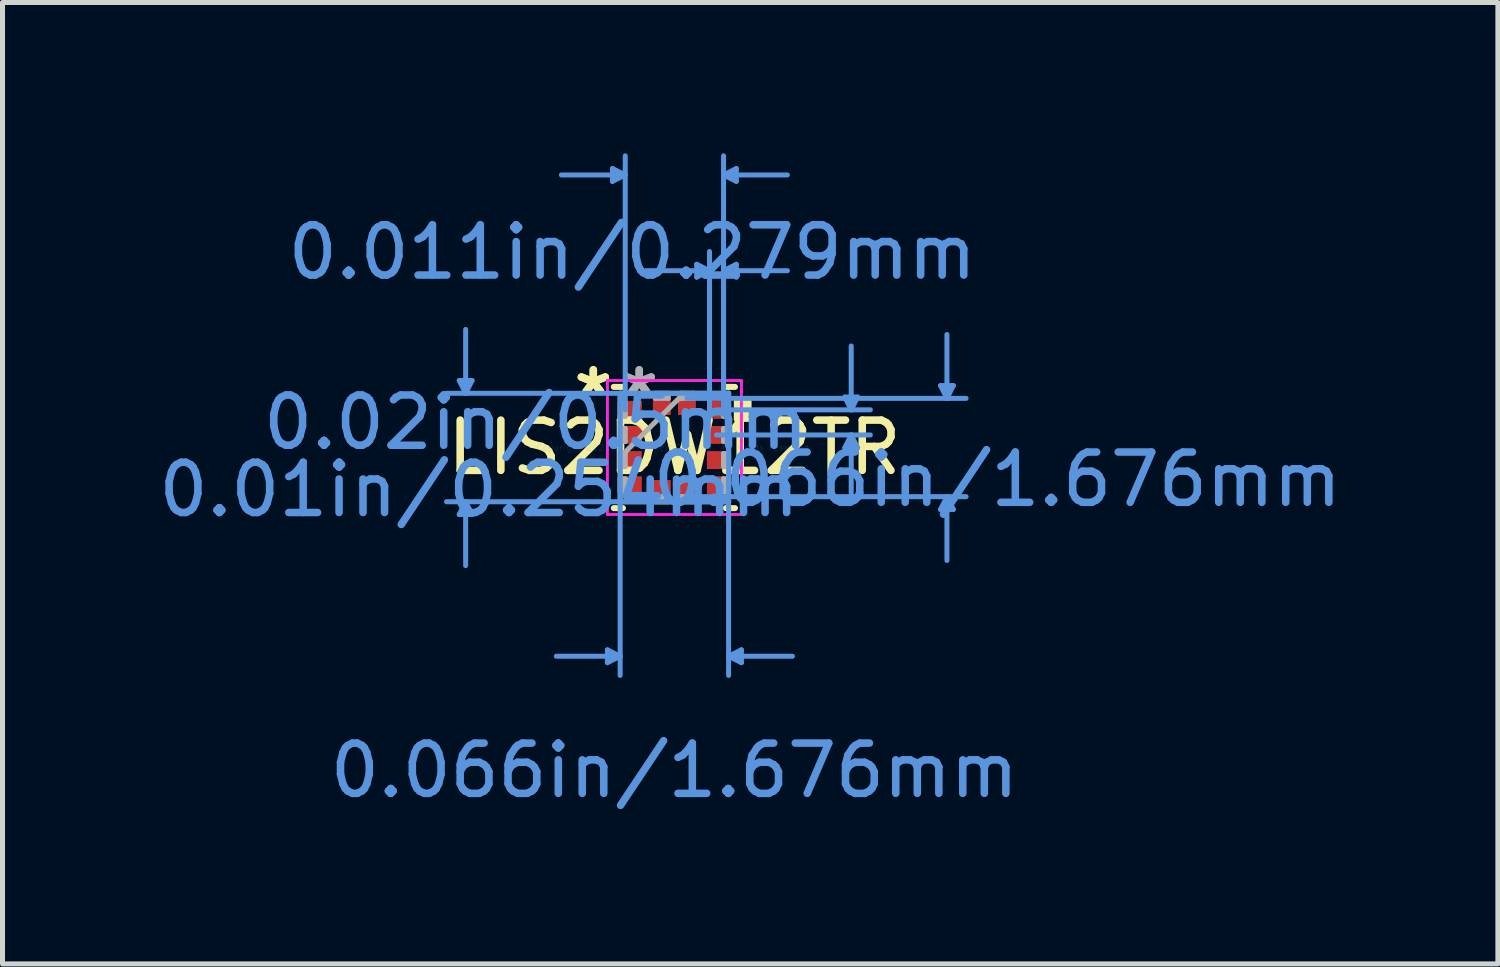
<source format=kicad_pcb>
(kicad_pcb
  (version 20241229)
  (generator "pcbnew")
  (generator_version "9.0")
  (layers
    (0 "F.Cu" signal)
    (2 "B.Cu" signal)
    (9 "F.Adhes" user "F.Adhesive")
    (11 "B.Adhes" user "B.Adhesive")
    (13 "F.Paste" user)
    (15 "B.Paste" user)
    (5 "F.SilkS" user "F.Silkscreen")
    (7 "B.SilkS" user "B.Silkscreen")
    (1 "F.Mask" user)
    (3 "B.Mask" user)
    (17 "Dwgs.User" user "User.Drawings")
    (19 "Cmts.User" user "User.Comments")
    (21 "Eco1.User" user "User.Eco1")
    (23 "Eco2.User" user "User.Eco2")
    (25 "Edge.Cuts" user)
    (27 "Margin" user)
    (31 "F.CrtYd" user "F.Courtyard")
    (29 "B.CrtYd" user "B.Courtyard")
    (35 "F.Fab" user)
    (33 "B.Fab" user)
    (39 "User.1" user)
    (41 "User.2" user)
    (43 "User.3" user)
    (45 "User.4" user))
  (footprint "LIS2DW12TR"
    (layer "F.Cu")
    (at 10.368 5.854)
    (property "Reference" "LIS2DW12TR" (at 0 0 0) (layer "F.SilkS") (effects (font (size 1 1) (thickness 0.15))))
    (attr through_hole)
    (fp_line (start -1.206 1.206) (end -1.024 1.206) (stroke (width 0.12) (type solid)) (layer "F.SilkS"))
    (fp_line (start -1.024 -1.206) (end -1.206 -1.206) (stroke (width 0.12) (type solid)) (layer "F.SilkS"))
    (fp_line (start 1.024 1.206) (end 1.206 1.206) (stroke (width 0.12) (type solid)) (layer "F.SilkS"))
    (fp_line (start 1.206 -1.206) (end 1.024 -1.206) (stroke (width 0.12) (type solid)) (layer "F.SilkS"))
    (fp_poly (pts (xy 1.486 -0.941) (xy 1.486 -0.56) (xy 1.232 -0.56) (xy 1.232 -0.941)) (stroke (width 0.1) (type solid)) (fill yes) (layer "F.SilkS"))
    (fp_line (start -4.28 -1.333) (end -4.026 -1.333) (stroke (width 0.1) (type solid)) (layer "Cmts.User"))
    (fp_line (start -4.28 1.333) (end -4.026 1.333) (stroke (width 0.1) (type solid)) (layer "Cmts.User"))
    (fp_line (start -4.153 -1.079) (end -4.28 -1.333) (stroke (width 0.1) (type solid)) (layer "Cmts.User"))
    (fp_line (start -4.153 -1.079) (end -4.153 -2.349) (stroke (width 0.1) (type solid)) (layer "Cmts.User"))
    (fp_line (start -4.153 -1.079) (end -4.026 -1.333) (stroke (width 0.1) (type solid)) (layer "Cmts.User"))
    (fp_line (start -4.153 1.079) (end -4.28 1.333) (stroke (width 0.1) (type solid)) (layer "Cmts.User"))
    (fp_line (start -4.153 1.079) (end -4.153 2.349) (stroke (width 0.1) (type solid)) (layer "Cmts.User"))
    (fp_line (start -4.153 1.079) (end -4.026 1.333) (stroke (width 0.1) (type solid)) (layer "Cmts.User"))
    (fp_line (start -1.333 4.026) (end -1.333 4.28) (stroke (width 0.1) (type solid)) (layer "Cmts.User"))
    (fp_line (start -1.232 -5.55) (end -1.232 -5.296) (stroke (width 0.1) (type solid)) (layer "Cmts.User"))
    (fp_line (start -1.079 -1.079) (end -1.079 4.534) (stroke (width 0.1) (type solid)) (layer "Cmts.User"))
    (fp_line (start -1.079 4.153) (end -2.349 4.153) (stroke (width 0.1) (type solid)) (layer "Cmts.User"))
    (fp_line (start -1.079 4.153) (end -1.333 4.026) (stroke (width 0.1) (type solid)) (layer "Cmts.User"))
    (fp_line (start -1.079 4.153) (end -1.333 4.28) (stroke (width 0.1) (type solid)) (layer "Cmts.User"))
    (fp_line (start -0.978 -5.423) (end -2.248 -5.423) (stroke (width 0.1) (type solid)) (layer "Cmts.User"))
    (fp_line (start -0.978 -5.423) (end -1.232 -5.55) (stroke (width 0.1) (type solid)) (layer "Cmts.User"))
    (fp_line (start -0.978 -5.423) (end -1.232 -5.296) (stroke (width 0.1) (type solid)) (layer "Cmts.User"))
    (fp_line (start -0.978 -0.75) (end -0.978 -5.804) (stroke (width 0.1) (type solid)) (layer "Cmts.User"))
    (fp_line (start 0.25 -0.978) (end 5.804 -0.978) (stroke (width 0.1) (type solid)) (layer "Cmts.User"))
    (fp_line (start 0.25 0.978) (end 5.804 0.978) (stroke (width 0.1) (type solid)) (layer "Cmts.User"))
    (fp_line (start 0.445 -3.645) (end 0.445 -3.391) (stroke (width 0.1) (type solid)) (layer "Cmts.User"))
    (fp_line (start 0.699 -3.518) (end -0.572 -3.518) (stroke (width 0.1) (type solid)) (layer "Cmts.User"))
    (fp_line (start 0.699 -3.518) (end 0.445 -3.645) (stroke (width 0.1) (type solid)) (layer "Cmts.User"))
    (fp_line (start 0.699 -3.518) (end 0.445 -3.391) (stroke (width 0.1) (type solid)) (layer "Cmts.User"))
    (fp_line (start 0.699 -0.75) (end 0.699 -3.899) (stroke (width 0.1) (type solid)) (layer "Cmts.User"))
    (fp_line (start 0.838 -0.75) (end 3.899 -0.75) (stroke (width 0.1) (type solid)) (layer "Cmts.User"))
    (fp_line (start 0.838 -0.25) (end 3.899 -0.25) (stroke (width 0.1) (type solid)) (layer "Cmts.User"))
    (fp_line (start 0.978 -5.423) (end 1.232 -5.55) (stroke (width 0.1) (type solid)) (layer "Cmts.User"))
    (fp_line (start 0.978 -5.423) (end 1.232 -5.296) (stroke (width 0.1) (type solid)) (layer "Cmts.User"))
    (fp_line (start 0.978 -5.423) (end 2.248 -5.423) (stroke (width 0.1) (type solid)) (layer "Cmts.User"))
    (fp_line (start 0.978 -3.518) (end 1.232 -3.645) (stroke (width 0.1) (type solid)) (layer "Cmts.User"))
    (fp_line (start 0.978 -3.518) (end 1.232 -3.391) (stroke (width 0.1) (type solid)) (layer "Cmts.User"))
    (fp_line (start 0.978 -3.518) (end 2.248 -3.518) (stroke (width 0.1) (type solid)) (layer "Cmts.User"))
    (fp_line (start 0.978 -0.75) (end 0.978 -5.804) (stroke (width 0.1) (type solid)) (layer "Cmts.User"))
    (fp_line (start 0.978 -0.75) (end 0.978 -3.899) (stroke (width 0.1) (type solid)) (layer "Cmts.User"))
    (fp_line (start 1.079 -1.079) (end -4.534 -1.079) (stroke (width 0.1) (type solid)) (layer "Cmts.User"))
    (fp_line (start 1.079 -1.079) (end 1.079 4.534) (stroke (width 0.1) (type solid)) (layer "Cmts.User"))
    (fp_line (start 1.079 1.079) (end -4.534 1.079) (stroke (width 0.1) (type solid)) (layer "Cmts.User"))
    (fp_line (start 1.079 4.153) (end 1.333 4.026) (stroke (width 0.1) (type solid)) (layer "Cmts.User"))
    (fp_line (start 1.079 4.153) (end 1.333 4.28) (stroke (width 0.1) (type solid)) (layer "Cmts.User"))
    (fp_line (start 1.079 4.153) (end 2.349 4.153) (stroke (width 0.1) (type solid)) (layer "Cmts.User"))
    (fp_line (start 1.232 -5.55) (end 1.232 -5.296) (stroke (width 0.1) (type solid)) (layer "Cmts.User"))
    (fp_line (start 1.232 -3.645) (end 1.232 -3.391) (stroke (width 0.1) (type solid)) (layer "Cmts.User"))
    (fp_line (start 1.333 4.026) (end 1.333 4.28) (stroke (width 0.1) (type solid)) (layer "Cmts.User"))
    (fp_line (start 3.391 -1.004) (end 3.645 -1.004) (stroke (width 0.1) (type solid)) (layer "Cmts.User"))
    (fp_line (start 3.391 0.004) (end 3.645 0.004) (stroke (width 0.1) (type solid)) (layer "Cmts.User"))
    (fp_line (start 3.518 -0.75) (end 3.391 -1.004) (stroke (width 0.1) (type solid)) (layer "Cmts.User"))
    (fp_line (start 3.518 -0.75) (end 3.518 -2.02) (stroke (width 0.1) (type solid)) (layer "Cmts.User"))
    (fp_line (start 3.518 -0.75) (end 3.645 -1.004) (stroke (width 0.1) (type solid)) (layer "Cmts.User"))
    (fp_line (start 3.518 -0.25) (end 3.391 0.004) (stroke (width 0.1) (type solid)) (layer "Cmts.User"))
    (fp_line (start 3.518 -0.25) (end 3.518 1.02) (stroke (width 0.1) (type solid)) (layer "Cmts.User"))
    (fp_line (start 3.518 -0.25) (end 3.645 0.004) (stroke (width 0.1) (type solid)) (layer "Cmts.User"))
    (fp_line (start 5.296 -1.232) (end 5.55 -1.232) (stroke (width 0.1) (type solid)) (layer "Cmts.User"))
    (fp_line (start 5.296 1.232) (end 5.55 1.232) (stroke (width 0.1) (type solid)) (layer "Cmts.User"))
    (fp_line (start 5.423 -0.978) (end 5.296 -1.232) (stroke (width 0.1) (type solid)) (layer "Cmts.User"))
    (fp_line (start 5.423 -0.978) (end 5.423 -2.248) (stroke (width 0.1) (type solid)) (layer "Cmts.User"))
    (fp_line (start 5.423 -0.978) (end 5.55 -1.232) (stroke (width 0.1) (type solid)) (layer "Cmts.User"))
    (fp_line (start 5.423 0.978) (end 5.296 1.232) (stroke (width 0.1) (type solid)) (layer "Cmts.User"))
    (fp_line (start 5.423 0.978) (end 5.423 2.248) (stroke (width 0.1) (type solid)) (layer "Cmts.User"))
    (fp_line (start 5.423 0.978) (end 5.55 1.232) (stroke (width 0.1) (type solid)) (layer "Cmts.User"))
    (fp_line (start -1.333 -1.333) (end -0.631 -1.333) (stroke (width 0.05) (type solid)) (layer "F.CrtYd"))
    (fp_line (start -1.333 -1.333) (end -0.631 -1.333) (stroke (width 0.05) (type solid)) (layer "F.CrtYd"))
    (fp_line (start -1.333 -1.131) (end -1.333 -1.333) (stroke (width 0.05) (type solid)) (layer "F.CrtYd"))
    (fp_line (start -1.333 -1.131) (end -1.333 -1.333) (stroke (width 0.05) (type solid)) (layer "F.CrtYd"))
    (fp_line (start -1.333 -1.131) (end -1.333 -1.131) (stroke (width 0.05) (type solid)) (layer "F.CrtYd"))
    (fp_line (start -1.333 -1.131) (end -1.333 -1.131) (stroke (width 0.05) (type solid)) (layer "F.CrtYd"))
    (fp_line (start -1.333 1.131) (end -1.333 -1.131) (stroke (width 0.05) (type solid)) (layer "F.CrtYd"))
    (fp_line (start -1.333 1.131) (end -1.333 -1.131) (stroke (width 0.05) (type solid)) (layer "F.CrtYd"))
    (fp_line (start -1.333 1.131) (end -1.333 1.131) (stroke (width 0.05) (type solid)) (layer "F.CrtYd"))
    (fp_line (start -1.333 1.131) (end -1.333 1.131) (stroke (width 0.05) (type solid)) (layer "F.CrtYd"))
    (fp_line (start -1.333 1.333) (end -1.333 1.131) (stroke (width 0.05) (type solid)) (layer "F.CrtYd"))
    (fp_line (start -1.333 1.333) (end -1.333 1.131) (stroke (width 0.05) (type solid)) (layer "F.CrtYd"))
    (fp_line (start -0.631 -1.333) (end -0.631 -1.333) (stroke (width 0.05) (type solid)) (layer "F.CrtYd"))
    (fp_line (start -0.631 -1.333) (end -0.631 -1.333) (stroke (width 0.05) (type solid)) (layer "F.CrtYd"))
    (fp_line (start -0.631 -1.333) (end 0.631 -1.333) (stroke (width 0.05) (type solid)) (layer "F.CrtYd"))
    (fp_line (start -0.631 -1.333) (end 0.631 -1.333) (stroke (width 0.05) (type solid)) (layer "F.CrtYd"))
    (fp_line (start -0.631 1.333) (end -1.333 1.333) (stroke (width 0.05) (type solid)) (layer "F.CrtYd"))
    (fp_line (start -0.631 1.333) (end -1.333 1.333) (stroke (width 0.05) (type solid)) (layer "F.CrtYd"))
    (fp_line (start -0.631 1.333) (end -0.631 1.333) (stroke (width 0.05) (type solid)) (layer "F.CrtYd"))
    (fp_line (start -0.631 1.333) (end -0.631 1.333) (stroke (width 0.05) (type solid)) (layer "F.CrtYd"))
    (fp_line (start 0.631 -1.333) (end 0.631 -1.333) (stroke (width 0.05) (type solid)) (layer "F.CrtYd"))
    (fp_line (start 0.631 -1.333) (end 0.631 -1.333) (stroke (width 0.05) (type solid)) (layer "F.CrtYd"))
    (fp_line (start 0.631 -1.333) (end 1.333 -1.333) (stroke (width 0.05) (type solid)) (layer "F.CrtYd"))
    (fp_line (start 0.631 -1.333) (end 1.333 -1.333) (stroke (width 0.05) (type solid)) (layer "F.CrtYd"))
    (fp_line (start 0.631 1.333) (end -0.631 1.333) (stroke (width 0.05) (type solid)) (layer "F.CrtYd"))
    (fp_line (start 0.631 1.333) (end -0.631 1.333) (stroke (width 0.05) (type solid)) (layer "F.CrtYd"))
    (fp_line (start 0.631 1.333) (end 0.631 1.333) (stroke (width 0.05) (type solid)) (layer "F.CrtYd"))
    (fp_line (start 0.631 1.333) (end 0.631 1.333) (stroke (width 0.05) (type solid)) (layer "F.CrtYd"))
    (fp_line (start 1.333 -1.333) (end 1.333 -1.131) (stroke (width 0.05) (type solid)) (layer "F.CrtYd"))
    (fp_line (start 1.333 -1.333) (end 1.333 -1.131) (stroke (width 0.05) (type solid)) (layer "F.CrtYd"))
    (fp_line (start 1.333 -1.131) (end 1.333 -1.131) (stroke (width 0.05) (type solid)) (layer "F.CrtYd"))
    (fp_line (start 1.333 -1.131) (end 1.333 -1.131) (stroke (width 0.05) (type solid)) (layer "F.CrtYd"))
    (fp_line (start 1.333 -1.131) (end 1.333 1.131) (stroke (width 0.05) (type solid)) (layer "F.CrtYd"))
    (fp_line (start 1.333 -1.131) (end 1.333 1.131) (stroke (width 0.05) (type solid)) (layer "F.CrtYd"))
    (fp_line (start 1.333 1.131) (end 1.333 1.131) (stroke (width 0.05) (type solid)) (layer "F.CrtYd"))
    (fp_line (start 1.333 1.131) (end 1.333 1.131) (stroke (width 0.05) (type solid)) (layer "F.CrtYd"))
    (fp_line (start 1.333 1.131) (end 1.333 1.333) (stroke (width 0.05) (type solid)) (layer "F.CrtYd"))
    (fp_line (start 1.333 1.131) (end 1.333 1.333) (stroke (width 0.05) (type solid)) (layer "F.CrtYd"))
    (fp_line (start 1.333 1.333) (end 0.631 1.333) (stroke (width 0.05) (type solid)) (layer "F.CrtYd"))
    (fp_line (start 1.333 1.333) (end 0.631 1.333) (stroke (width 0.05) (type solid)) (layer "F.CrtYd"))
    (fp_line (start -1.079 -1.079) (end -1.079 -1.079) (stroke (width 0.1) (type solid)) (layer "F.Fab"))
    (fp_line (start -1.079 -1.079) (end -1.079 1.079) (stroke (width 0.1) (type solid)) (layer "F.Fab"))
    (fp_line (start -1.079 -0.877) (end -0.978 -0.877) (stroke (width 0.1) (type solid)) (layer "F.Fab"))
    (fp_line (start -1.079 -0.623) (end -1.079 -0.877) (stroke (width 0.1) (type solid)) (layer "F.Fab"))
    (fp_line (start -1.079 -0.377) (end -0.978 -0.377) (stroke (width 0.1) (type solid)) (layer "F.Fab"))
    (fp_line (start -1.079 -0.123) (end -1.079 -0.377) (stroke (width 0.1) (type solid)) (layer "F.Fab"))
    (fp_line (start -1.079 0.123) (end -0.978 0.123) (stroke (width 0.1) (type solid)) (layer "F.Fab"))
    (fp_line (start -1.079 0.191) (end 0.191 -1.079) (stroke (width 0.1) (type solid)) (layer "F.Fab"))
    (fp_line (start -1.079 0.377) (end -1.079 0.123) (stroke (width 0.1) (type solid)) (layer "F.Fab"))
    (fp_line (start -1.079 0.623) (end -0.978 0.623) (stroke (width 0.1) (type solid)) (layer "F.Fab"))
    (fp_line (start -1.079 0.877) (end -1.079 0.623) (stroke (width 0.1) (type solid)) (layer "F.Fab"))
    (fp_line (start -1.079 1.079) (end -1.079 1.079) (stroke (width 0.1) (type solid)) (layer "F.Fab"))
    (fp_line (start -1.079 1.079) (end 1.079 1.079) (stroke (width 0.1) (type solid)) (layer "F.Fab"))
    (fp_line (start -0.978 -0.877) (end -0.978 -0.623) (stroke (width 0.1) (type solid)) (layer "F.Fab"))
    (fp_line (start -0.978 -0.623) (end -1.079 -0.623) (stroke (width 0.1) (type solid)) (layer "F.Fab"))
    (fp_line (start -0.978 -0.377) (end -0.978 -0.123) (stroke (width 0.1) (type solid)) (layer "F.Fab"))
    (fp_line (start -0.978 -0.123) (end -1.079 -0.123) (stroke (width 0.1) (type solid)) (layer "F.Fab"))
    (fp_line (start -0.978 0.123) (end -0.978 0.377) (stroke (width 0.1) (type solid)) (layer "F.Fab"))
    (fp_line (start -0.978 0.377) (end -1.079 0.377) (stroke (width 0.1) (type solid)) (layer "F.Fab"))
    (fp_line (start -0.978 0.623) (end -0.978 0.877) (stroke (width 0.1) (type solid)) (layer "F.Fab"))
    (fp_line (start -0.978 0.877) (end -1.079 0.877) (stroke (width 0.1) (type solid)) (layer "F.Fab"))
    (fp_line (start -0.377 -1.079) (end -0.123 -1.079) (stroke (width 0.1) (type solid)) (layer "F.Fab"))
    (fp_line (start -0.377 -0.978) (end -0.377 -1.079) (stroke (width 0.1) (type solid)) (layer "F.Fab"))
    (fp_line (start -0.377 0.978) (end -0.123 0.978) (stroke (width 0.1) (type solid)) (layer "F.Fab"))
    (fp_line (start -0.377 1.079) (end -0.377 0.978) (stroke (width 0.1) (type solid)) (layer "F.Fab"))
    (fp_line (start -0.123 -1.079) (end -0.123 -0.978) (stroke (width 0.1) (type solid)) (layer "F.Fab"))
    (fp_line (start -0.123 -0.978) (end -0.377 -0.978) (stroke (width 0.1) (type solid)) (layer "F.Fab"))
    (fp_line (start -0.123 0.978) (end -0.123 1.079) (stroke (width 0.1) (type solid)) (layer "F.Fab"))
    (fp_line (start -0.123 1.079) (end -0.377 1.079) (stroke (width 0.1) (type solid)) (layer "F.Fab"))
    (fp_line (start 0.123 -1.079) (end 0.377 -1.079) (stroke (width 0.1) (type solid)) (layer "F.Fab"))
    (fp_line (start 0.123 -0.978) (end 0.123 -1.079) (stroke (width 0.1) (type solid)) (layer "F.Fab"))
    (fp_line (start 0.123 0.978) (end 0.377 0.978) (stroke (width 0.1) (type solid)) (layer "F.Fab"))
    (fp_line (start 0.123 1.079) (end 0.123 0.978) (stroke (width 0.1) (type solid)) (layer "F.Fab"))
    (fp_line (start 0.377 -1.079) (end 0.377 -0.978) (stroke (width 0.1) (type solid)) (layer "F.Fab"))
    (fp_line (start 0.377 -0.978) (end 0.123 -0.978) (stroke (width 0.1) (type solid)) (layer "F.Fab"))
    (fp_line (start 0.377 0.978) (end 0.377 1.079) (stroke (width 0.1) (type solid)) (layer "F.Fab"))
    (fp_line (start 0.377 1.079) (end 0.123 1.079) (stroke (width 0.1) (type solid)) (layer "F.Fab"))
    (fp_line (start 0.978 -0.877) (end 1.079 -0.877) (stroke (width 0.1) (type solid)) (layer "F.Fab"))
    (fp_line (start 0.978 -0.623) (end 0.978 -0.877) (stroke (width 0.1) (type solid)) (layer "F.Fab"))
    (fp_line (start 0.978 -0.377) (end 1.079 -0.377) (stroke (width 0.1) (type solid)) (layer "F.Fab"))
    (fp_line (start 0.978 -0.123) (end 0.978 -0.377) (stroke (width 0.1) (type solid)) (layer "F.Fab"))
    (fp_line (start 0.978 0.123) (end 1.079 0.123) (stroke (width 0.1) (type solid)) (layer "F.Fab"))
    (fp_line (start 0.978 0.377) (end 0.978 0.123) (stroke (width 0.1) (type solid)) (layer "F.Fab"))
    (fp_line (start 0.978 0.623) (end 1.079 0.623) (stroke (width 0.1) (type solid)) (layer "F.Fab"))
    (fp_line (start 0.978 0.877) (end 0.978 0.623) (stroke (width 0.1) (type solid)) (layer "F.Fab"))
    (fp_line (start 1.079 -1.079) (end -1.079 -1.079) (stroke (width 0.1) (type solid)) (layer "F.Fab"))
    (fp_line (start 1.079 -1.079) (end 1.079 -1.079) (stroke (width 0.1) (type solid)) (layer "F.Fab"))
    (fp_line (start 1.079 -0.877) (end 1.079 -0.623) (stroke (width 0.1) (type solid)) (layer "F.Fab"))
    (fp_line (start 1.079 -0.623) (end 0.978 -0.623) (stroke (width 0.1) (type solid)) (layer "F.Fab"))
    (fp_line (start 1.079 -0.377) (end 1.079 -0.123) (stroke (width 0.1) (type solid)) (layer "F.Fab"))
    (fp_line (start 1.079 -0.123) (end 0.978 -0.123) (stroke (width 0.1) (type solid)) (layer "F.Fab"))
    (fp_line (start 1.079 0.123) (end 1.079 0.377) (stroke (width 0.1) (type solid)) (layer "F.Fab"))
    (fp_line (start 1.079 0.377) (end 0.978 0.377) (stroke (width 0.1) (type solid)) (layer "F.Fab"))
    (fp_line (start 1.079 0.623) (end 1.079 0.877) (stroke (width 0.1) (type solid)) (layer "F.Fab"))
    (fp_line (start 1.079 0.877) (end 0.978 0.877) (stroke (width 0.1) (type solid)) (layer "F.Fab"))
    (fp_line (start 1.079 1.079) (end 1.079 -1.079) (stroke (width 0.1) (type solid)) (layer "F.Fab"))
    (fp_line (start 1.079 1.079) (end 1.079 1.079) (stroke (width 0.1) (type solid)) (layer "F.Fab"))
    (fp_text user "*" (at -1.613 -1 0) (layer "F.SilkS") (effects (font (size 1 1) (thickness 0.15))))
    (fp_text user "*" (at -1.613 -1 0) (layer "F.SilkS") (effects (font (size 1 1) (thickness 0.15))))
    (fp_text user "0.011in/0.279mm" (at -0.838 -3.886 0) (layer "Cmts.User") (effects (font (size 1 1) (thickness 0.15))))
    (fp_text user "0.01in/0.254mm" (at -3.886 0.838 0) (layer "Cmts.User") (effects (font (size 1 1) (thickness 0.15))))
    (fp_text user "0.02in/0.5mm" (at -2.756 -0.5 0) (layer "Cmts.User") (effects (font (size 1 1) (thickness 0.15))))
    (fp_text user "Copyright 2021 Accelerated Designs. All rights reserved." (at 0 0 0) (layer "Cmts.User") (effects (font (size 0.127 0.127) (thickness 0.002))))
    (fp_text user "0.066in/1.676mm" (at 6.426 0.635 0) (layer "Cmts.User") (effects (font (size 1 1) (thickness 0.15))))
    (fp_text user "0.066in/1.676mm" (at 0 6.426 0) (layer "Cmts.User") (effects (font (size 1 1) (thickness 0.15))))
    (fp_text user "*" (at -0.699 -1 0) (layer "F.Fab") (effects (font (size 1 1) (thickness 0.15))))
    (fp_text user "*" (at -0.699 -1 0) (layer "F.Fab") (effects (font (size 1 1) (thickness 0.15))))
    (pad "1" smd rect (at -0.838 -0.75 90) (size 0.356 0.381) (layers "F.Cu" "F.Mask" "F.Paste"))
    (pad "2" smd rect (at -0.838 -0.25 90) (size 0.356 0.381) (layers "F.Cu" "F.Mask" "F.Paste"))
    (pad "3" smd rect (at -0.838 0.25 90) (size 0.356 0.381) (layers "F.Cu" "F.Mask" "F.Paste"))
    (pad "4" smd rect (at -0.838 0.75 90) (size 0.356 0.381) (layers "F.Cu" "F.Mask" "F.Paste"))
    (pad "5" smd rect (at -0.25 0.838) (size 0.356 0.381) (layers "F.Cu" "F.Mask" "F.Paste"))
    (pad "6" smd rect (at 0.25 0.838) (size 0.356 0.381) (layers "F.Cu" "F.Mask" "F.Paste"))
    (pad "7" smd rect (at 0.838 0.75 90) (size 0.356 0.381) (layers "F.Cu" "F.Mask" "F.Paste"))
    (pad "8" smd rect (at 0.838 0.25 90) (size 0.356 0.381) (layers "F.Cu" "F.Mask" "F.Paste"))
    (pad "9" smd rect (at 0.838 -0.25 90) (size 0.356 0.381) (layers "F.Cu" "F.Mask" "F.Paste"))
    (pad "10" smd rect (at 0.838 -0.75 90) (size 0.356 0.381) (layers "F.Cu" "F.Mask" "F.Paste"))
    (pad "11" smd rect (at 0.25 -0.838) (size 0.356 0.381) (layers "F.Cu" "F.Mask" "F.Paste"))
    (pad "12" smd rect (at -0.25 -0.838) (size 0.356 0.381) (layers "F.Cu" "F.Mask" "F.Paste")))
  (gr_rect
    (start -3 -3)
    (end 26.753 16.128)
    (stroke (width 0.1) (type default))
    (fill no)
    (layer "Edge.Cuts")))
</source>
